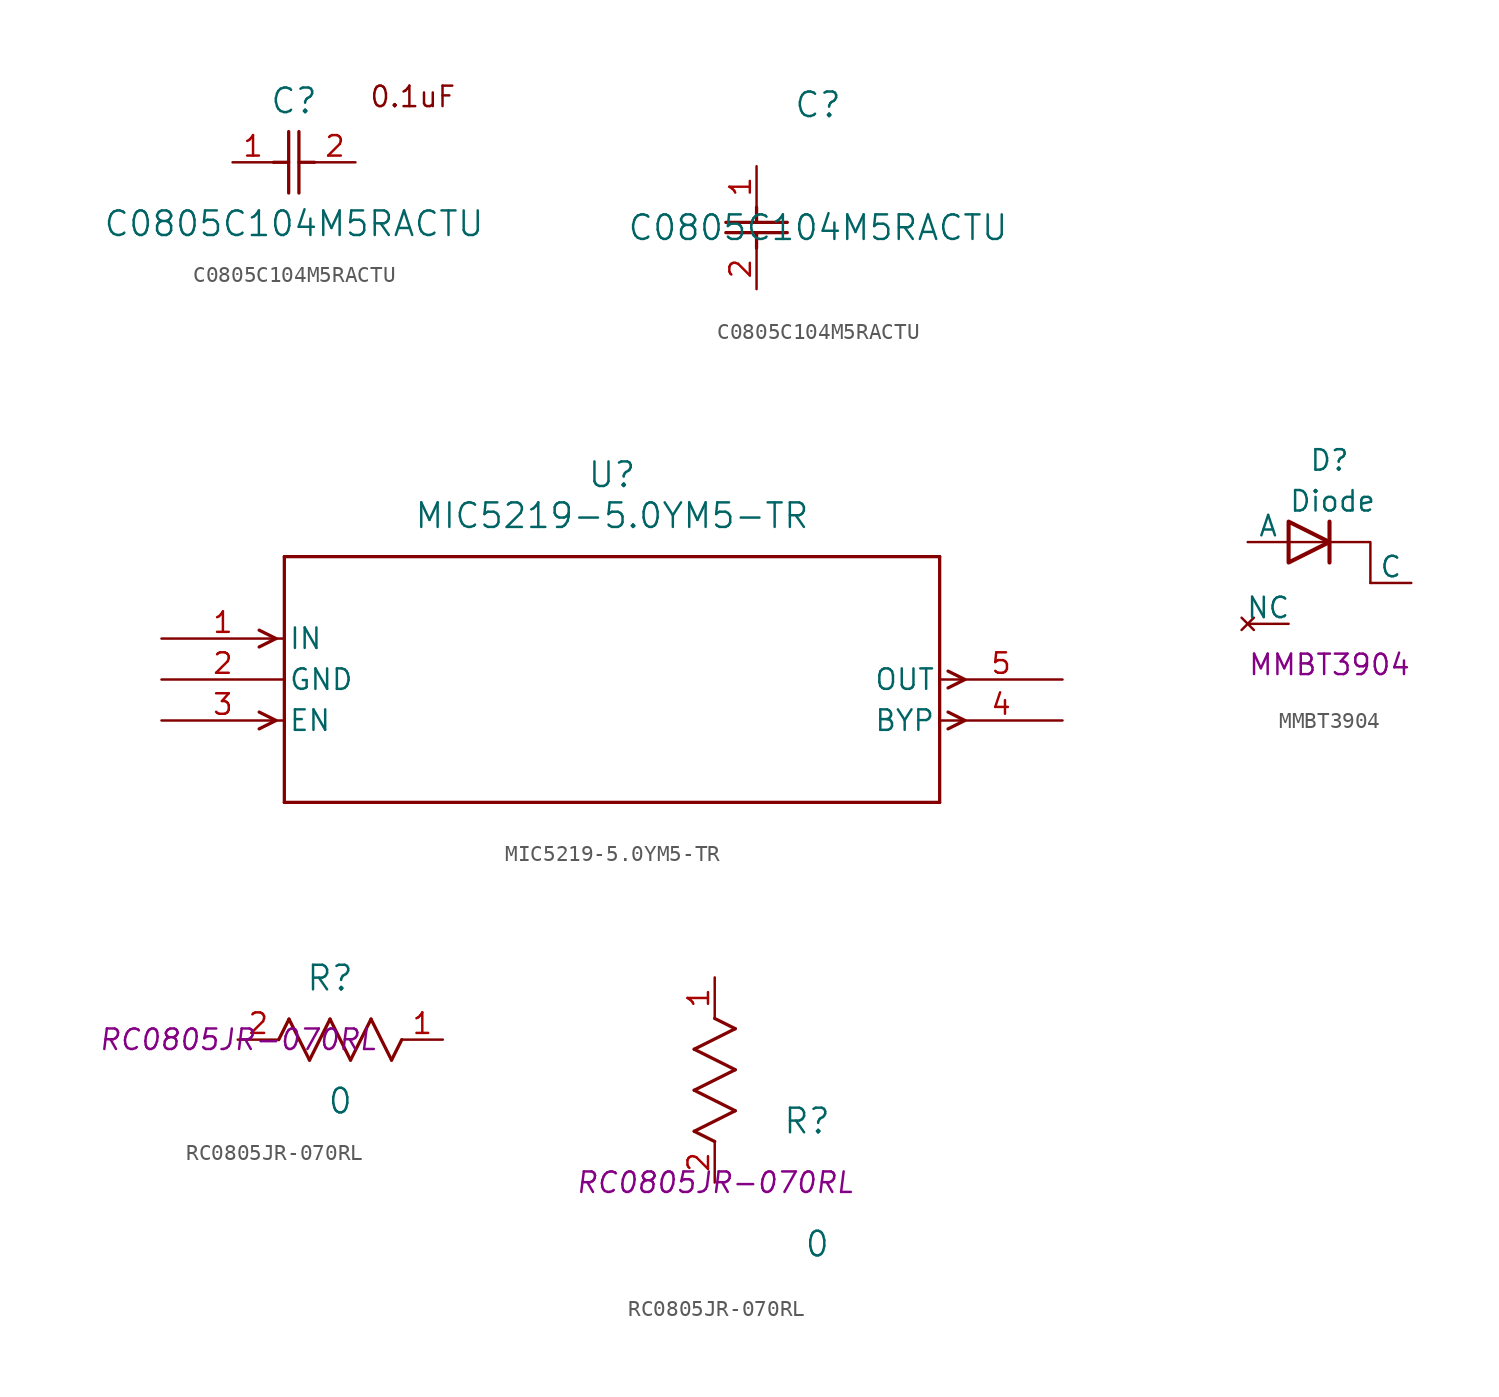
<source format=kicad_sym>
(kicad_symbol_lib
  (version 20231120)
  (generator "kicad_symbol_editor")
  (generator_version "8.0")
  (symbol "C0805C104M5RACTU"
    (pin_names
      (offset 0.254))
    (property "Reference" "C"
      (at 3.81 3.81 0)
      (effects (font (size 1.524 1.524))))
    (property "Value" "C0805C104M5RACTU"
      (at 3.81 -3.81 0)
      (effects (font (size 1.524 1.524))))
    (property "ki_locked" ""
      (at 0 0 0)
      (effects (font (size 1.27 1.27))))
    (symbol "C0805C104M5RACTU_1_1"
      (polyline (pts (xy 2.54 0) (xy 3.48 0)) (stroke (width 0.203) (type default)) (fill (type none)))
      (polyline (pts (xy 3.48 -1.905) (xy 3.48 1.905)) (stroke (width 0.203) (type default)) (fill (type none)))
      (polyline (pts (xy 4.115 -1.905) (xy 4.115 1.905)) (stroke (width 0.203) (type default)) (fill (type none)))
      (polyline (pts (xy 4.115 0) (xy 5.08 0)) (stroke (width 0.203) (type default)) (fill (type none)))
      (text "0.1uF" (at 11.176 4.064 0) (effects (font (size 1.27 1.27))))
      (pin unspecified line (at 0 0 0) (length 2.54) (name "" (effects (font (size 1.27 1.27)))) (number "1" (effects (font (size 1.27 1.27)))))
      (pin unspecified line (at 7.62 0 180) (length 2.54) (name "" (effects (font (size 1.27 1.27)))) (number "2" (effects (font (size 1.27 1.27))))))
    (symbol "C0805C104M5RACTU_1_2"
      (polyline (pts (xy -1.905 -4.115) (xy 1.905 -4.115)) (stroke (width 0.203) (type default)) (fill (type none)))
      (polyline (pts (xy -1.905 -3.48) (xy 1.905 -3.48)) (stroke (width 0.203) (type default)) (fill (type none)))
      (polyline (pts (xy 0 -4.115) (xy 0 -5.08)) (stroke (width 0.203) (type default)) (fill (type none)))
      (polyline (pts (xy 0 -2.54) (xy 0 -3.48)) (stroke (width 0.203) (type default)) (fill (type none)))
      (pin unspecified line (at 0 0 270) (length 2.54) (name "" (effects (font (size 1.27 1.27)))) (number "1" (effects (font (size 1.27 1.27)))))
      (pin unspecified line (at 0 -7.62 90) (length 2.54) (name "" (effects (font (size 1.27 1.27)))) (number "2" (effects (font (size 1.27 1.27)))))))
  (symbol "MIC5219-5.0YM5-TR"
    (pin_names
      (offset 0.254))
    (property "Reference" "U"
      (at 27.94 10.16 0)
      (effects (font (size 1.524 1.524))))
    (property "Value" "MIC5219-5.0YM5-TR"
      (at 27.94 7.62 0)
      (effects (font (size 1.524 1.524))))
    (property "ki_locked" ""
      (at 0 0 0)
      (effects (font (size 1.27 1.27))))
    (symbol "MIC5219-5.0YM5-TR_0_1"
      (polyline (pts (xy 7.099 -5.08) (xy 6.058 -5.601)) (stroke (width 0.203) (type default)) (fill (type none)))
      (polyline (pts (xy 7.099 -5.08) (xy 6.058 -4.559)) (stroke (width 0.203) (type default)) (fill (type none)))
      (polyline (pts (xy 7.099 0) (xy 6.058 -0.521)) (stroke (width 0.203) (type default)) (fill (type none)))
      (polyline (pts (xy 7.099 0) (xy 6.058 0.521)) (stroke (width 0.203) (type default)) (fill (type none)))
      (polyline (pts (xy 7.62 -10.16) (xy 48.26 -10.16)) (stroke (width 0.203) (type default)) (fill (type none)))
      (polyline (pts (xy 7.62 5.08) (xy 7.62 -10.16)) (stroke (width 0.203) (type default)) (fill (type none)))
      (polyline (pts (xy 48.26 -10.16) (xy 48.26 5.08)) (stroke (width 0.203) (type default)) (fill (type none)))
      (polyline (pts (xy 48.26 5.08) (xy 7.62 5.08)) (stroke (width 0.203) (type default)) (fill (type none)))
      (polyline (pts (xy 48.781 -5.601) (xy 49.822 -5.08)) (stroke (width 0.203) (type default)) (fill (type none)))
      (polyline (pts (xy 48.781 -4.559) (xy 49.822 -5.08)) (stroke (width 0.203) (type default)) (fill (type none)))
      (polyline (pts (xy 48.781 -3.061) (xy 49.822 -2.54)) (stroke (width 0.203) (type default)) (fill (type none)))
      (polyline (pts (xy 48.781 -2.019) (xy 49.822 -2.54)) (stroke (width 0.203) (type default)) (fill (type none)))
      (pin input line (at 0 0 0) (length 7.62) (name "IN" (effects (font (size 1.27 1.27)))) (number "1" (effects (font (size 1.27 1.27)))))
      (pin power_in line (at 0 -2.54 0) (length 7.62) (name "GND" (effects (font (size 1.27 1.27)))) (number "2" (effects (font (size 1.27 1.27)))))
      (pin input line (at 0 -5.08 0) (length 7.62) (name "EN" (effects (font (size 1.27 1.27)))) (number "3" (effects (font (size 1.27 1.27)))))
      (pin output line (at 55.88 -5.08 180) (length 7.62) (name "BYP" (effects (font (size 1.27 1.27)))) (number "4" (effects (font (size 1.27 1.27)))))
      (pin output line (at 55.88 -2.54 180) (length 7.62) (name "OUT" (effects (font (size 1.27 1.27)))) (number "5" (effects (font (size 1.27 1.27)))))))
  (symbol "MMBT3904"
    (pin_numbers hide)
    (pin_names
      (offset 0))
    (property "Reference" "D"
      (at 0 7.62 0)
      (effects (font (size 1.27 1.27))))
    (property "Value" "Diode"
      (at -2.54 5.08 0)
      (effects (font (size 1.27 1.27)) (justify left)))
    (property "Datasheet" "MMBT3904"
      (at 0 -5.08 0)
      (effects (font (size 1.27 1.27))))
    (symbol "MMBT3904_0_1"
      (polyline (pts (xy -2.54 2.54) (xy 0 2.54)) (stroke (width 0) (type default)) (fill (type none)))
      (polyline (pts (xy 0 1.27) (xy 0 3.81)) (stroke (width 0.254) (type default)) (fill (type none)))
      (polyline (pts (xy 2.54 0) (xy 2.54 2.54) (xy 0 2.54)) (stroke (width 0) (type default)) (fill (type none)))
      (polyline (pts (xy -2.54 1.27) (xy -2.54 3.81) (xy 0 2.54) (xy -2.54 1.27)) (stroke (width 0.254) (type default)) (fill (type none))))
    (symbol "MMBT3904_1_1"
      (pin passive line (at -5.08 2.54 0) (length 2.54) (name "A" (effects (font (size 1.27 1.27)))) (number "1" (effects (font (size 1.27 1.27)))))
      (pin passive line (at 5.08 0 180) (length 2.54) (name "C" (effects (font (size 1.27 1.27)))) (number "2" (effects (font (size 1.27 1.27)))))
      (pin no_connect line (at -5.08 -2.54 0) (length 2.54) (name "NC" (effects (font (size 1.27 1.27)))) (number "3" (effects (font (size 1.27 1.27)))))))
  (symbol "RC0805JR-070RL"
    (pin_names
      (offset 0.254))
    (property "Reference" "R"
      (at 5.715 3.81 0)
      (effects (font (size 1.524 1.524))))
    (property "Value" "0"
      (at 6.35 -3.81 0)
      (effects (font (size 1.524 1.524))))
    (property "Datasheet" "RC0805JR-070RL"
      (at 0 0 0)
      (effects (font (size 1.27 1.27) (italic yes))))
    (symbol "RC0805JR-070RL_1_1"
      (polyline (pts (xy 2.54 0) (xy 3.175 1.27)) (stroke (width 0.203) (type default)) (fill (type none)))
      (polyline (pts (xy 3.175 1.27) (xy 4.445 -1.27)) (stroke (width 0.203) (type default)) (fill (type none)))
      (polyline (pts (xy 4.445 -1.27) (xy 5.715 1.27)) (stroke (width 0.203) (type default)) (fill (type none)))
      (polyline (pts (xy 5.715 1.27) (xy 6.985 -1.27)) (stroke (width 0.203) (type default)) (fill (type none)))
      (polyline (pts (xy 6.985 -1.27) (xy 8.255 1.27)) (stroke (width 0.203) (type default)) (fill (type none)))
      (polyline (pts (xy 8.255 1.27) (xy 9.525 -1.27)) (stroke (width 0.203) (type default)) (fill (type none)))
      (polyline (pts (xy 9.525 -1.27) (xy 10.16 0)) (stroke (width 0.203) (type default)) (fill (type none)))
      (pin unspecified line (at 12.7 0 180) (length 2.54) (name "" (effects (font (size 1.27 1.27)))) (number "1" (effects (font (size 1.27 1.27)))))
      (pin unspecified line (at 0 0 0) (length 2.54) (name "" (effects (font (size 1.27 1.27)))) (number "2" (effects (font (size 1.27 1.27))))))
    (symbol "RC0805JR-070RL_1_2"
      (polyline (pts (xy -1.27 3.175) (xy 1.27 4.445)) (stroke (width 0.203) (type default)) (fill (type none)))
      (polyline (pts (xy -1.27 5.715) (xy 1.27 6.985)) (stroke (width 0.203) (type default)) (fill (type none)))
      (polyline (pts (xy -1.27 8.255) (xy 1.27 9.525)) (stroke (width 0.203) (type default)) (fill (type none)))
      (polyline (pts (xy 0 2.54) (xy -1.27 3.175)) (stroke (width 0.203) (type default)) (fill (type none)))
      (polyline (pts (xy 1.27 4.445) (xy -1.27 5.715)) (stroke (width 0.203) (type default)) (fill (type none)))
      (polyline (pts (xy 1.27 6.985) (xy -1.27 8.255)) (stroke (width 0.203) (type default)) (fill (type none)))
      (polyline (pts (xy 1.27 9.525) (xy 0 10.16)) (stroke (width 0.203) (type default)) (fill (type none)))
      (pin unspecified line (at 0 12.7 270) (length 2.54) (name "" (effects (font (size 1.27 1.27)))) (number "1" (effects (font (size 1.27 1.27)))))
      (pin unspecified line (at 0 0 90) (length 2.54) (name "" (effects (font (size 1.27 1.27)))) (number "2" (effects (font (size 1.27 1.27))))))))
</source>
